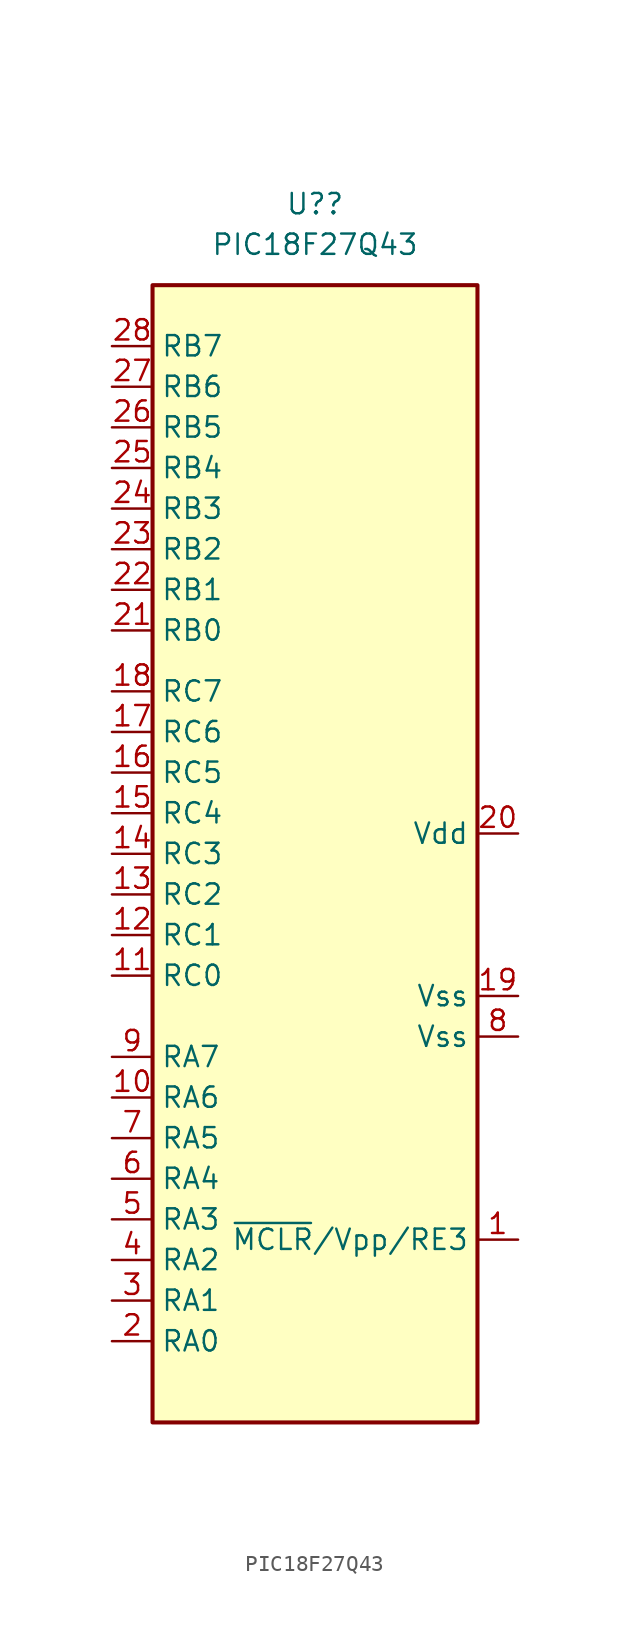
<source format=kicad_sym>
(kicad_symbol_lib
  (version 20211014)
  (generator kicad_symbol_editor)
  (symbol "PIC18F27Q43"
    (property "Reference" "U?"
      (at 0 38.1 0)
      (effects (font (size 1.27 1.27))))
    (property "Value" "PIC18F27Q43"
      (at 0 35.56 0)
      (effects (font (size 1.27 1.27))))
    (symbol "PIC18F27Q43_0_1"
      (rectangle (start -10.16 -38.1) (end 10.16 33.02) (stroke (width 0.254) (type default) (color 0 0 0 0)) (fill (type background))))
    (symbol "PIC18F27Q43_1_1"
      (pin bidirectional line (at 12.7 -26.67 180) (length 2.54) (name "~{MCLR}/Vpp/RE3" (effects (font (size 1.27 1.27)))) (number "1" (effects (font (size 1.27 1.27)))))
      (pin bidirectional line (at -12.7 -17.78 0) (length 2.54) (name "RA6" (effects (font (size 1.27 1.27)))) (number "10" (effects (font (size 1.27 1.27)))))
      (pin bidirectional line (at -12.7 -10.16 0) (length 2.54) (name "RC0" (effects (font (size 1.27 1.27)))) (number "11" (effects (font (size 1.27 1.27)))))
      (pin bidirectional line (at -12.7 -7.62 0) (length 2.54) (name "RC1" (effects (font (size 1.27 1.27)))) (number "12" (effects (font (size 1.27 1.27)))))
      (pin bidirectional line (at -12.7 -5.08 0) (length 2.54) (name "RC2" (effects (font (size 1.27 1.27)))) (number "13" (effects (font (size 1.27 1.27)))))
      (pin bidirectional line (at -12.7 -2.54 0) (length 2.54) (name "RC3" (effects (font (size 1.27 1.27)))) (number "14" (effects (font (size 1.27 1.27)))))
      (pin bidirectional line (at -12.7 0 0) (length 2.54) (name "RC4" (effects (font (size 1.27 1.27)))) (number "15" (effects (font (size 1.27 1.27)))))
      (pin bidirectional line (at -12.7 2.54 0) (length 2.54) (name "RC5" (effects (font (size 1.27 1.27)))) (number "16" (effects (font (size 1.27 1.27)))))
      (pin bidirectional line (at -12.7 5.08 0) (length 2.54) (name "RC6" (effects (font (size 1.27 1.27)))) (number "17" (effects (font (size 1.27 1.27)))))
      (pin bidirectional line (at -12.7 7.62 0) (length 2.54) (name "RC7" (effects (font (size 1.27 1.27)))) (number "18" (effects (font (size 1.27 1.27)))))
      (pin power_in line (at 12.7 -11.43 180) (length 2.54) (name "Vss" (effects (font (size 1.27 1.27)))) (number "19" (effects (font (size 1.27 1.27)))))
      (pin bidirectional line (at -12.7 -33.02 0) (length 2.54) (name "RA0" (effects (font (size 1.27 1.27)))) (number "2" (effects (font (size 1.27 1.27)))))
      (pin power_in line (at 12.7 -1.27 180) (length 2.54) (name "Vdd" (effects (font (size 1.27 1.27)))) (number "20" (effects (font (size 1.27 1.27)))))
      (pin bidirectional line (at -12.7 11.43 0) (length 2.54) (name "RB0" (effects (font (size 1.27 1.27)))) (number "21" (effects (font (size 1.27 1.27)))))
      (pin bidirectional line (at -12.7 13.97 0) (length 2.54) (name "RB1" (effects (font (size 1.27 1.27)))) (number "22" (effects (font (size 1.27 1.27)))))
      (pin bidirectional line (at -12.7 16.51 0) (length 2.54) (name "RB2" (effects (font (size 1.27 1.27)))) (number "23" (effects (font (size 1.27 1.27)))))
      (pin bidirectional line (at -12.7 19.05 0) (length 2.54) (name "RB3" (effects (font (size 1.27 1.27)))) (number "24" (effects (font (size 1.27 1.27)))))
      (pin bidirectional line (at -12.7 21.59 0) (length 2.54) (name "RB4" (effects (font (size 1.27 1.27)))) (number "25" (effects (font (size 1.27 1.27)))))
      (pin bidirectional line (at -12.7 24.13 0) (length 2.54) (name "RB5" (effects (font (size 1.27 1.27)))) (number "26" (effects (font (size 1.27 1.27)))))
      (pin bidirectional line (at -12.7 26.67 0) (length 2.54) (name "RB6" (effects (font (size 1.27 1.27)))) (number "27" (effects (font (size 1.27 1.27)))))
      (pin bidirectional line (at -12.7 29.21 0) (length 2.54) (name "RB7" (effects (font (size 1.27 1.27)))) (number "28" (effects (font (size 1.27 1.27)))))
      (pin bidirectional line (at -12.7 -30.48 0) (length 2.54) (name "RA1" (effects (font (size 1.27 1.27)))) (number "3" (effects (font (size 1.27 1.27)))))
      (pin bidirectional line (at -12.7 -27.94 0) (length 2.54) (name "RA2" (effects (font (size 1.27 1.27)))) (number "4" (effects (font (size 1.27 1.27)))))
      (pin bidirectional line (at -12.7 -25.4 0) (length 2.54) (name "RA3" (effects (font (size 1.27 1.27)))) (number "5" (effects (font (size 1.27 1.27)))))
      (pin bidirectional line (at -12.7 -22.86 0) (length 2.54) (name "RA4" (effects (font (size 1.27 1.27)))) (number "6" (effects (font (size 1.27 1.27)))))
      (pin bidirectional line (at -12.7 -20.32 0) (length 2.54) (name "RA5" (effects (font (size 1.27 1.27)))) (number "7" (effects (font (size 1.27 1.27)))))
      (pin power_in line (at 12.7 -13.97 180) (length 2.54) (name "Vss" (effects (font (size 1.27 1.27)))) (number "8" (effects (font (size 1.27 1.27)))))
      (pin bidirectional line (at -12.7 -15.24 0) (length 2.54) (name "RA7" (effects (font (size 1.27 1.27)))) (number "9" (effects (font (size 1.27 1.27))))))))
</source>
